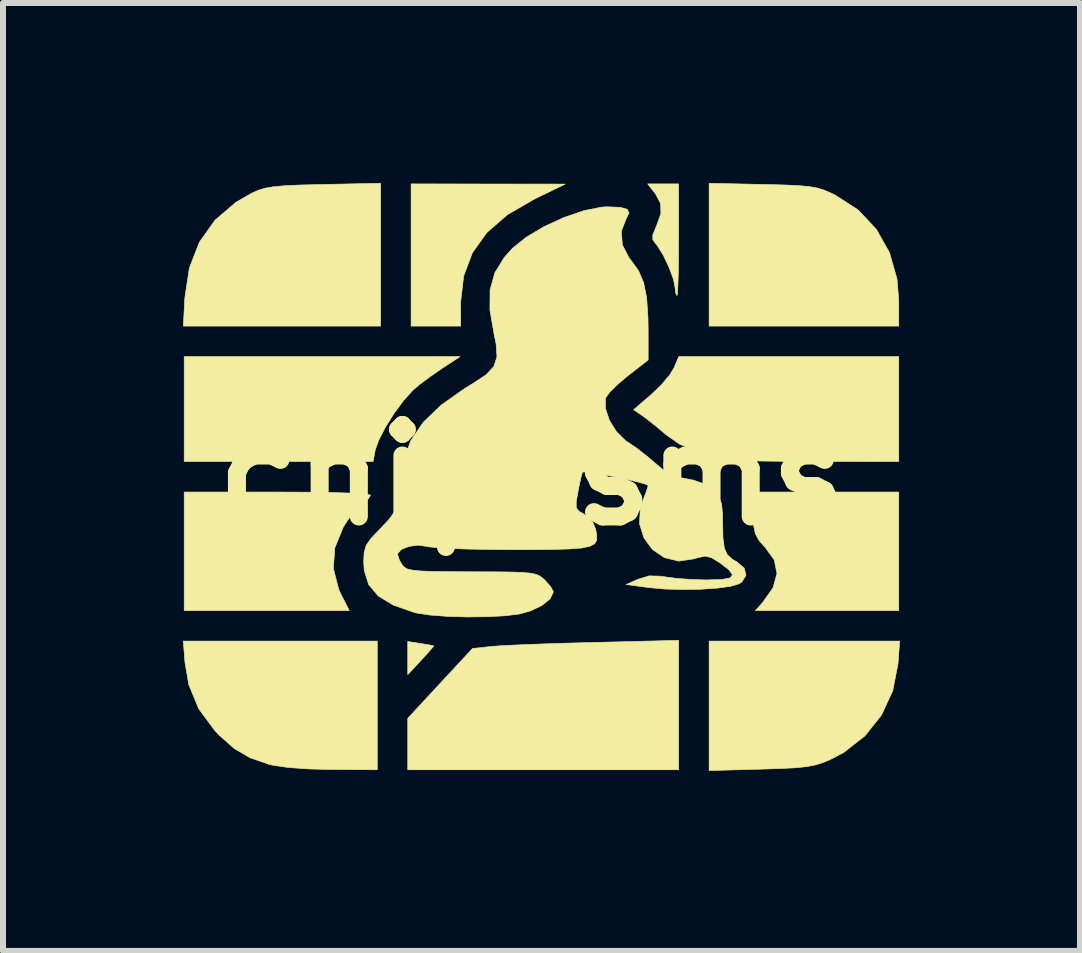
<source format=kicad_pcb>
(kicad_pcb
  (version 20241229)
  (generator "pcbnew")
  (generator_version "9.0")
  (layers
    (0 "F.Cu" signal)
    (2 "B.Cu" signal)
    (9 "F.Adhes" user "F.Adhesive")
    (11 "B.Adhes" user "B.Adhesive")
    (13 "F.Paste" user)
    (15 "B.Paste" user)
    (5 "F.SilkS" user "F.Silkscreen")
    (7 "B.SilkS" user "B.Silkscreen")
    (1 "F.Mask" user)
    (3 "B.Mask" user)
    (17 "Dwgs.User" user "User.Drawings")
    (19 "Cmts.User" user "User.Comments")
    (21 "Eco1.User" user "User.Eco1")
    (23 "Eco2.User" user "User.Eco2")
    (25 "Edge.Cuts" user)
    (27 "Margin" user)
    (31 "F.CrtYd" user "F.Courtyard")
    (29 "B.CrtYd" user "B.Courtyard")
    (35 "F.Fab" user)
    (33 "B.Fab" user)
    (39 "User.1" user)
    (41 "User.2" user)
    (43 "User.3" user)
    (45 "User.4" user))
  (footprint "chip_sms"
    (layer "F.Cu")
    (at 5.834 4.869)
    (property "Reference" "chip_sms" (at 0 0 0) (layer "F.SilkS") (effects (font (size 1.524 1.524) (thickness 0.3))))
    (attr through_hole)
    (fp_poly (pts (xy -1.877 2.806) (xy -1.738 2.828) (xy -1.661 2.843) (xy -1.655 2.845) (xy -1.685 2.886) (xy -1.772 2.985) (xy -1.867 3.088) (xy -2.088 3.326) (xy -2.088 2.773) (xy -1.877 2.806)) (stroke (width 0.01) (type solid)) (fill yes) (layer "F.SilkS"))
    (fp_poly (pts (xy -0.748 -4.852) (xy 0.536 -4.851) (xy 0.022 -4.601) (xy -0.426 -4.341) (xy -0.769 -4.044) (xy -1.011 -3.705) (xy -1.156 -3.318) (xy -1.207 -2.879) (xy -1.207 -2.836) (xy -1.205 -2.484) (xy -2.032 -2.484) (xy -2.032 -4.854) (xy -0.748 -4.852)) (stroke (width 0.01) (type solid)) (fill yes) (layer "F.SilkS"))
    (fp_poly (pts (xy -1.525 -1.773) (xy -1.718 -1.64) (xy -1.898 -1.505) (xy -1.997 -1.42) (xy -2.15 -1.253) (xy -2.312 -1.034) (xy -2.46 -0.799) (xy -2.573 -0.58) (xy -2.63 -0.417) (xy -2.665 -0.226) (xy -5.814 -0.226) (xy -5.814 -1.976) (xy -1.216 -1.976) (xy -1.525 -1.773)) (stroke (width 0.01) (type solid)) (fill yes) (layer "F.SilkS"))
    (fp_poly (pts (xy 2.427 4.911) (xy -2.088 4.911) (xy -2.088 4.054) (xy -1.548 3.471) (xy -1.008 2.889) (xy -0.687 2.855) (xy -0.54 2.844) (xy -0.301 2.832) (xy 0.011 2.819) (xy 0.376 2.806) (xy 0.772 2.795) (xy 1.03 2.788) (xy 2.427 2.754) (xy 2.427 4.911)) (stroke (width 0.01) (type solid)) (fill yes) (layer "F.SilkS"))
    (fp_poly (pts (xy 6.096 2.258) (xy 3.706 2.258) (xy 3.821 2.131) (xy 4 1.879) (xy 4.066 1.64) (xy 4.021 1.413) (xy 3.873 1.209) (xy 3.766 1.089) (xy 3.705 0.974) (xy 3.673 0.82) (xy 3.659 0.65) (xy 3.635 0.282) (xy 6.096 0.282) (xy 6.096 2.258)) (stroke (width 0.01) (type solid)) (fill yes) (layer "F.SilkS"))
    (fp_poly (pts (xy -2.596 4.911) (xy -3.344 4.907) (xy -3.743 4.897) (xy -4.081 4.873) (xy -4.337 4.835) (xy -4.398 4.821) (xy -4.714 4.712) (xy -4.977 4.559) (xy -5.23 4.335) (xy -5.304 4.257) (xy -5.572 3.894) (xy -5.737 3.494) (xy -5.801 3.122) (xy -5.829 2.766) (xy -2.596 2.766) (xy -2.596 4.911)) (stroke (width 0.01) (type solid)) (fill yes) (layer "F.SilkS"))
    (fp_poly (pts (xy 6.083 3.147) (xy 5.996 3.593) (xy 5.81 3.997) (xy 5.533 4.345) (xy 5.178 4.623) (xy 4.98 4.728) (xy 4.844 4.787) (xy 4.716 4.828) (xy 4.57 4.857) (xy 4.383 4.877) (xy 4.132 4.89) (xy 3.796 4.901) (xy 2.935 4.924) (xy 2.935 2.766) (xy 6.111 2.766) (xy 6.083 3.147)) (stroke (width 0.01) (type solid)) (fill yes) (layer "F.SilkS"))
    (fp_poly (pts (xy -2.54 -2.484) (xy -5.828 -2.484) (xy -5.803 -2.958) (xy -5.728 -3.452) (xy -5.561 -3.882) (xy -5.301 -4.249) (xy -4.951 -4.548) (xy -4.689 -4.699) (xy -4.582 -4.747) (xy -4.469 -4.782) (xy -4.331 -4.806) (xy -4.146 -4.823) (xy -3.894 -4.835) (xy -3.554 -4.843) (xy -3.485 -4.845) (xy -2.54 -4.864) (xy -2.54 -2.484)) (stroke (width 0.01) (type solid)) (fill yes) (layer "F.SilkS"))
    (fp_poly (pts (xy 3.824 -4.845) (xy 4.165 -4.837) (xy 4.415 -4.826) (xy 4.599 -4.81) (xy 4.739 -4.785) (xy 4.858 -4.748) (xy 4.979 -4.695) (xy 5.035 -4.668) (xy 5.419 -4.42) (xy 5.723 -4.096) (xy 5.941 -3.709) (xy 6.067 -3.268) (xy 6.096 -2.905) (xy 6.096 -2.484) (xy 2.935 -2.484) (xy 2.935 -4.864) (xy 3.824 -4.845)) (stroke (width 0.01) (type solid)) (fill yes) (layer "F.SilkS"))
    (fp_poly (pts (xy -3.775 0.284) (xy -3.372 0.29) (xy -3.058 0.299) (xy -2.841 0.312) (xy -2.726 0.328) (xy -2.709 0.337) (xy -2.752 0.404) (xy -2.855 0.488) (xy -2.964 0.59) (xy -3.089 0.751) (xy -3.164 0.87) (xy -3.303 1.211) (xy -3.328 1.554) (xy -3.24 1.9) (xy -3.197 1.994) (xy -3.063 2.258) (xy -5.814 2.258) (xy -5.814 0.282) (xy -4.262 0.282) (xy -3.775 0.284)) (stroke (width 0.01) (type solid)) (fill yes) (layer "F.SilkS"))
    (fp_poly (pts (xy 2.427 -3.923) (xy 2.425 -3.613) (xy 2.421 -3.347) (xy 2.414 -3.143) (xy 2.406 -3.02) (xy 2.399 -2.992) (xy 2.376 -3.04) (xy 2.369 -3.119) (xy 2.341 -3.264) (xy 2.269 -3.458) (xy 2.175 -3.658) (xy 2.077 -3.817) (xy 2.05 -3.85) (xy 1.996 -3.925) (xy 1.997 -4.006) (xy 2.051 -4.138) (xy 2.053 -4.141) (xy 2.131 -4.356) (xy 2.127 -4.526) (xy 2.041 -4.689) (xy 2.028 -4.705) (xy 1.911 -4.854) (xy 2.427 -4.854) (xy 2.427 -3.923)) (stroke (width 0.01) (type solid)) (fill yes) (layer "F.SilkS"))
    (fp_poly (pts (xy 6.096 -0.226) (xy 4.643 -0.228) (xy 4.171 -0.23) (xy 3.8 -0.235) (xy 3.518 -0.243) (xy 3.312 -0.255) (xy 3.169 -0.273) (xy 3.078 -0.295) (xy 3.048 -0.309) (xy 2.897 -0.371) (xy 2.71 -0.421) (xy 2.681 -0.427) (xy 2.452 -0.51) (xy 2.222 -0.67) (xy 2.056 -0.81) (xy 1.898 -0.935) (xy 1.833 -0.983) (xy 1.677 -1.09) (xy 1.975 -1.347) (xy 2.141 -1.507) (xy 2.278 -1.67) (xy 2.351 -1.79) (xy 2.429 -1.976) (xy 6.096 -1.976) (xy 6.096 -0.226)) (stroke (width 0.01) (type solid)) (fill yes) (layer "F.SilkS"))
    (fp_poly (pts (xy 1.453 -4.463) (xy 1.571 -4.431) (xy 1.6 -4.37) (xy 1.553 -4.274) (xy 1.472 -4.066) (xy 1.489 -3.838) (xy 1.603 -3.617) (xy 1.634 -3.579) (xy 1.759 -3.406) (xy 1.844 -3.206) (xy 1.894 -2.955) (xy 1.916 -2.629) (xy 1.919 -2.441) (xy 1.919 -1.919) (xy 1.582 -1.657) (xy 1.413 -1.515) (xy 1.281 -1.385) (xy 1.212 -1.292) (xy 1.209 -1.285) (xy 1.206 -1.115) (xy 1.273 -0.914) (xy 1.392 -0.721) (xy 1.545 -0.573) (xy 1.57 -0.557) (xy 1.738 -0.442) (xy 1.927 -0.293) (xy 2.01 -0.222) (xy 2.162 -0.093) (xy 2.291 -0.013) (xy 2.443 0.039) (xy 2.66 0.081) (xy 2.673 0.083) (xy 2.874 0.154) (xy 3.026 0.266) (xy 3.101 0.364) (xy 3.142 0.479) (xy 3.159 0.647) (xy 3.161 0.794) (xy 3.166 1.049) (xy 3.189 1.217) (xy 3.238 1.326) (xy 3.323 1.403) (xy 3.394 1.443) (xy 3.52 1.549) (xy 3.55 1.671) (xy 3.479 1.781) (xy 3.432 1.812) (xy 3.296 1.853) (xy 3.076 1.883) (xy 2.801 1.902) (xy 2.5 1.907) (xy 2.203 1.899) (xy 1.947 1.876) (xy 1.552 1.824) (xy 1.75 1.736) (xy 1.936 1.679) (xy 2.138 1.685) (xy 2.202 1.696) (xy 2.388 1.721) (xy 2.634 1.739) (xy 2.888 1.747) (xy 2.893 1.747) (xy 3.143 1.74) (xy 3.286 1.713) (xy 3.325 1.66) (xy 3.264 1.576) (xy 3.117 1.464) (xy 2.978 1.377) (xy 2.874 1.35) (xy 2.751 1.374) (xy 2.686 1.395) (xy 2.427 1.433) (xy 2.19 1.375) (xy 1.992 1.241) (xy 1.849 1.047) (xy 1.775 0.812) (xy 1.788 0.553) (xy 1.829 0.428) (xy 1.885 0.284) (xy 1.917 0.187) (xy 1.919 0.173) (xy 1.868 0.148) (xy 1.735 0.111) (xy 1.548 0.068) (xy 1.337 0.024) (xy 1.131 -0.015) (xy 0.958 -0.042) (xy 0.848 -0.053) (xy 0.824 -0.049) (xy 0.805 0.014) (xy 0.774 0.152) (xy 0.75 0.271) (xy 0.72 0.444) (xy 0.721 0.543) (xy 0.764 0.601) (xy 0.85 0.651) (xy 0.996 0.786) (xy 1.045 0.904) (xy 1.063 1.007) (xy 1.061 1.086) (xy 1.026 1.145) (xy 0.946 1.187) (xy 0.808 1.215) (xy 0.601 1.231) (xy 0.313 1.239) (xy -0.069 1.242) (xy -0.342 1.242) (xy -0.72 1.239) (xy -1.067 1.233) (xy -1.365 1.223) (xy -1.595 1.21) (xy -1.739 1.195) (xy -1.772 1.188) (xy -1.913 1.167) (xy -2.067 1.188) (xy -2.196 1.239) (xy -2.257 1.311) (xy -2.258 1.321) (xy -2.227 1.418) (xy -2.178 1.499) (xy -2.142 1.537) (xy -2.09 1.566) (xy -2.005 1.585) (xy -1.87 1.598) (xy -1.67 1.606) (xy -1.389 1.609) (xy -1.023 1.611) (xy -0.649 1.612) (xy -0.372 1.615) (xy -0.173 1.622) (xy -0.036 1.635) (xy 0.056 1.655) (xy 0.12 1.686) (xy 0.173 1.727) (xy 0.195 1.748) (xy 0.292 1.856) (xy 0.338 1.941) (xy 0.339 1.947) (xy 0.287 2.059) (xy 0.152 2.17) (xy -0.042 2.263) (xy -0.222 2.314) (xy -0.462 2.344) (xy -0.766 2.36) (xy -1.1 2.364) (xy -1.43 2.354) (xy -1.722 2.332) (xy -1.943 2.298) (xy -1.976 2.29) (xy -2.329 2.166) (xy -2.58 2.014) (xy -2.739 1.825) (xy -2.813 1.589) (xy -2.822 1.453) (xy -2.815 1.291) (xy -2.781 1.172) (xy -2.701 1.056) (xy -2.561 0.91) (xy -2.39 0.727) (xy -2.286 0.576) (xy -2.233 0.417) (xy -2.212 0.21) (xy -2.209 0.141) (xy -2.161 -0.237) (xy -2.038 -0.573) (xy -1.831 -0.879) (xy -1.53 -1.168) (xy -1.129 -1.451) (xy -1.006 -1.525) (xy -0.783 -1.672) (xy -0.653 -1.811) (xy -0.601 -1.971) (xy -0.615 -2.184) (xy -0.649 -2.349) (xy -0.718 -2.752) (xy -0.716 -3.086) (xy -0.637 -3.371) (xy -0.479 -3.629) (xy -0.34 -3.783) (xy -0.111 -3.967) (xy 0.187 -4.143) (xy 0.518 -4.295) (xy 0.848 -4.408) (xy 1.142 -4.467) (xy 1.234 -4.472) (xy 1.453 -4.463)) (stroke (width 0.01) (type solid)) (fill yes) (layer "F.SilkS")))
  (gr_rect
    (start -3 -3)
    (end 14.95 12.799)
    (stroke (width 0.1) (type default))
    (fill no)
    (layer "Edge.Cuts")))
</source>
